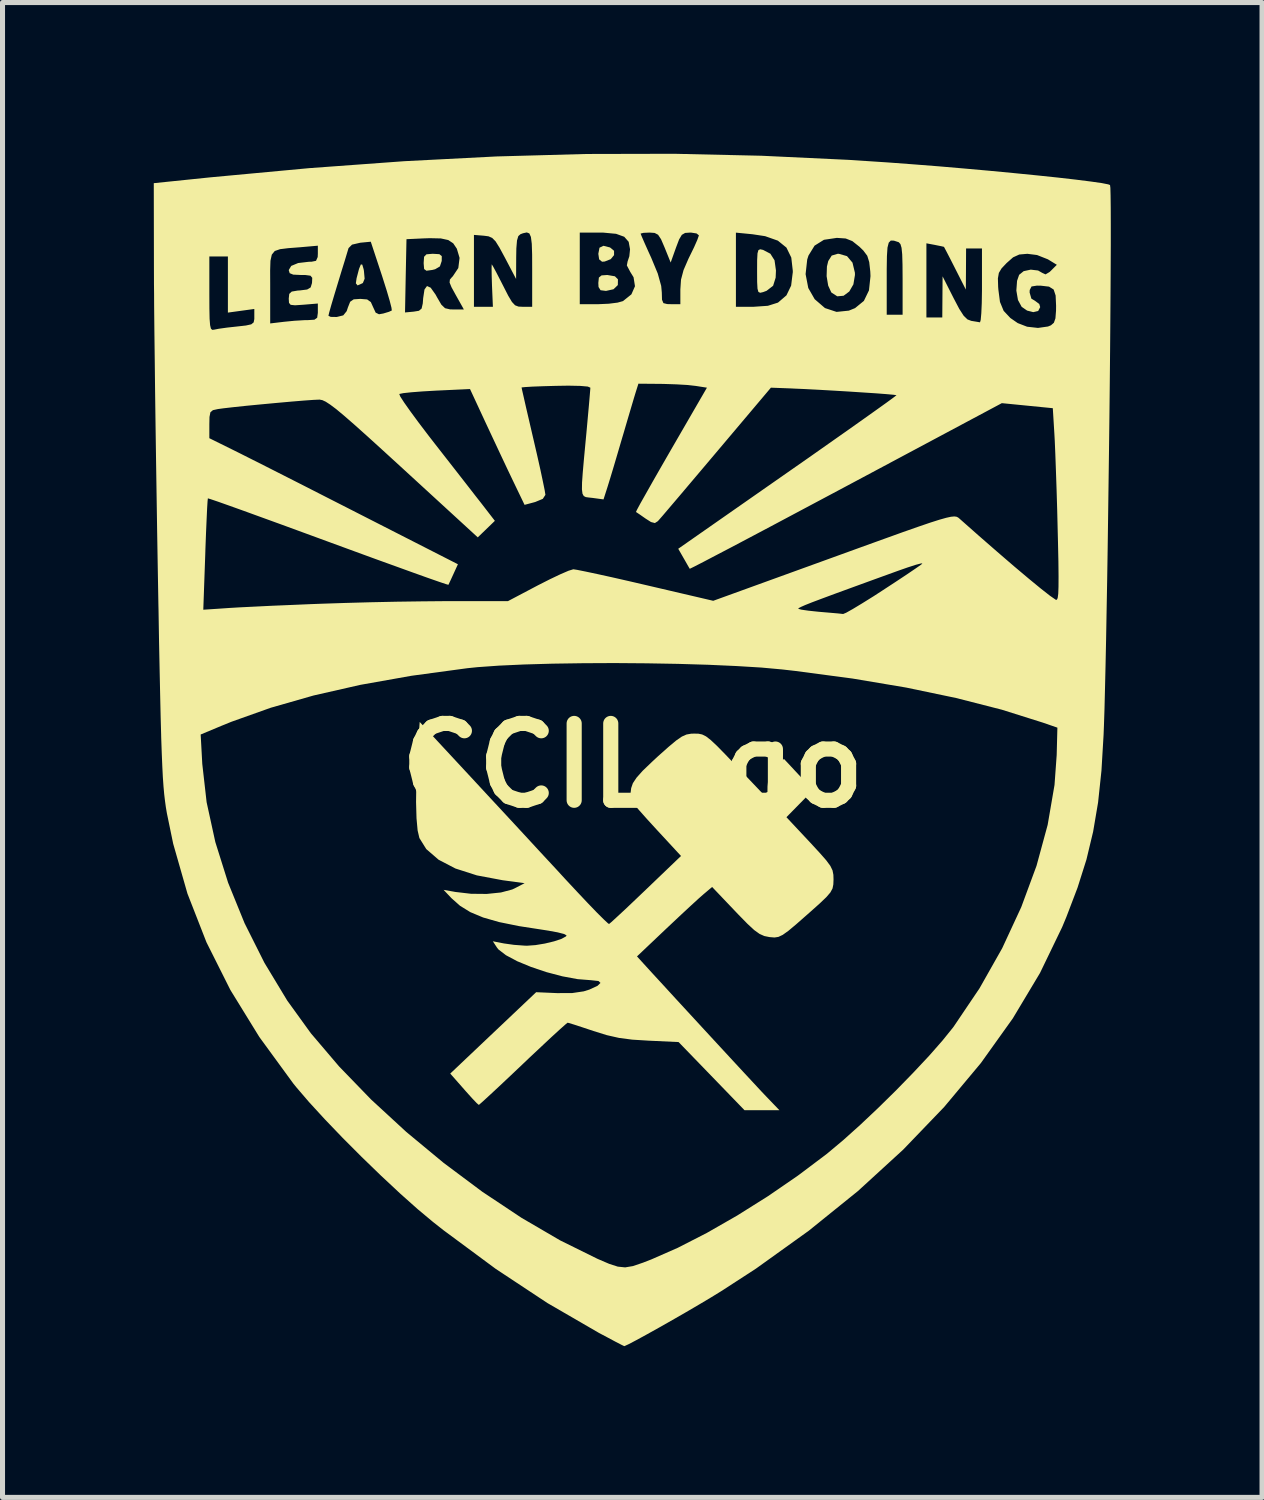
<source format=kicad_pcb>
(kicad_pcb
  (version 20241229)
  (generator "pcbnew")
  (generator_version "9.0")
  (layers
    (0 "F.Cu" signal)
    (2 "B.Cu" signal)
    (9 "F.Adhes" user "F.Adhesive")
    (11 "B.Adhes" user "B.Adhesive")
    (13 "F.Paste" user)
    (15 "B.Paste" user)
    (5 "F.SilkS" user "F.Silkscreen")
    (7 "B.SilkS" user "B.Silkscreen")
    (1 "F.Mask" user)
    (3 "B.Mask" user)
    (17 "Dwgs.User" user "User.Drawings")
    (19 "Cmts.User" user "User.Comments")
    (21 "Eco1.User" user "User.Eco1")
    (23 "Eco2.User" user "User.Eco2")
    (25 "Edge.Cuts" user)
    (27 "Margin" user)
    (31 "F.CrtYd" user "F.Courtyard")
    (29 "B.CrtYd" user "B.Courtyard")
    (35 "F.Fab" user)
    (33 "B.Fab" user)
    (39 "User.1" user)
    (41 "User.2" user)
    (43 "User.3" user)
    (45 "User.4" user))
  (footprint "CCILogo"
    (layer "F.Cu")
    (at 9.499 12.133)
    (property "Reference" "CCILogo" (at 0 0 0) (layer "F.SilkS") (effects (font (size 1.524 1.524) (thickness 0.3))))
    (attr board_only exclude_from_pos_files exclude_from_bom)
    (fp_poly (pts (xy -0.45 -10.275) (xy -0.37 -10.209) (xy -0.37 -10.123) (xy -0.436 -10.043) (xy -0.555 -9.996) (xy -0.608 -9.992) (xy -0.666 -10.039) (xy -0.682 -10.149) (xy -0.659 -10.27) (xy -0.581 -10.308)) (stroke (width 0) (type solid)) (fill yes) (layer "F.SilkS"))
    (fp_poly (pts (xy -5.364 -9.935) (xy -5.337 -9.844) (xy -5.331 -9.811) (xy -5.317 -9.655) (xy -5.351 -9.572) (xy -5.362 -9.564) (xy -5.457 -9.522) (xy -5.491 -9.563) (xy -5.477 -9.663) (xy -5.428 -9.85) (xy -5.392 -9.938)) (stroke (width 0) (type solid)) (fill yes) (layer "F.SilkS"))
    (fp_poly (pts (xy -0.353 -9.703) (xy -0.293 -9.643) (xy -0.295 -9.529) (xy -0.381 -9.446) (xy -0.53 -9.413) (xy -0.531 -9.413) (xy -0.638 -9.427) (xy -0.678 -9.491) (xy -0.682 -9.571) (xy -0.671 -9.678) (xy -0.618 -9.721) (xy -0.504 -9.729)) (stroke (width 0) (type solid)) (fill yes) (layer "F.SilkS"))
    (fp_poly (pts (xy -3.835 -10.142) (xy -3.787 -10.103) (xy -3.788 -10.01) (xy -3.788 -10.007) (xy -3.824 -9.899) (xy -3.919 -9.843) (xy -3.975 -9.829) (xy -4.091 -9.813) (xy -4.137 -9.847) (xy -4.146 -9.956) (xy -4.146 -9.972) (xy -4.138 -10.09) (xy -4.091 -10.139) (xy -3.976 -10.149) (xy -3.959 -10.149)) (stroke (width 0) (type solid)) (fill yes) (layer "F.SilkS"))
    (fp_poly (pts (xy 4.25 -10.103) (xy 4.359 -9.974) (xy 4.407 -9.774) (xy 4.408 -9.729) (xy 4.377 -9.543) (xy 4.295 -9.401) (xy 4.182 -9.317) (xy 4.057 -9.306) (xy 3.941 -9.381) (xy 3.938 -9.385) (xy 3.877 -9.518) (xy 3.846 -9.705) (xy 3.852 -9.897) (xy 3.878 -10.005) (xy 3.947 -10.114) (xy 4.064 -10.149) (xy 4.089 -10.149)) (stroke (width 0) (type solid)) (fill yes) (layer "F.SilkS"))
    (fp_poly (pts (xy 2.584 -10.227) (xy 2.585 -10.227) (xy 2.73 -10.151) (xy 2.813 -10.02) (xy 2.841 -9.819) (xy 2.835 -9.676) (xy 2.785 -9.516) (xy 2.655 -9.415) (xy 2.585 -9.389) (xy 2.528 -9.376) (xy 2.493 -9.393) (xy 2.475 -9.457) (xy 2.468 -9.589) (xy 2.467 -9.806) (xy 2.467 -9.808) (xy 2.468 -10.026) (xy 2.475 -10.158) (xy 2.493 -10.222) (xy 2.528 -10.239)) (stroke (width 0) (type solid)) (fill yes) (layer "F.SilkS"))
    (fp_poly (pts (xy -3.201 0.239) (xy -2.879 0.587) (xy -2.526 0.967) (xy -2.165 1.357) (xy -1.818 1.733) (xy -1.506 2.069) (xy -1.341 2.249) (xy -1.103 2.504) (xy -0.889 2.731) (xy -0.709 2.918) (xy -0.572 3.054) (xy -0.489 3.131) (xy -0.469 3.143) (xy -0.422 3.104) (xy -0.312 3.003) (xy -0.151 2.854) (xy 0.047 2.666) (xy 0.262 2.461) (xy 0.958 1.794) (xy 0.466 1.262) (xy 0.285 1.064) (xy 0.132 0.892) (xy 0.019 0.76) (xy -0.04 0.686) (xy -0.045 0.677) (xy -0.048 0.594) (xy -0.032 0.46) (xy -0.03 0.447) (xy 0.003 0.351) (xy 0.076 0.241) (xy 0.199 0.103) (xy 0.388 -0.078) (xy 0.5 -0.182) (xy 0.71 -0.369) (xy 0.862 -0.496) (xy 0.975 -0.574) (xy 1.067 -0.615) (xy 1.158 -0.631) (xy 1.22 -0.633) (xy 1.304 -0.631) (xy 1.377 -0.616) (xy 1.454 -0.578) (xy 1.548 -0.505) (xy 1.673 -0.388) (xy 1.842 -0.215) (xy 2.058 0.011) (xy 2.673 0.657) (xy 2.675 0.417) (xy 2.691 0.244) (xy 2.75 0.119) (xy 2.838 0.023) (xy 3 -0.131) (xy 3.577 0.488) (xy 3.313 0.756) (xy 3.049 1.025) (xy 3.517 1.525) (xy 3.708 1.732) (xy 3.839 1.881) (xy 3.92 1.991) (xy 3.963 2.08) (xy 3.98 2.167) (xy 3.983 2.261) (xy 3.979 2.359) (xy 3.963 2.439) (xy 3.92 2.518) (xy 3.839 2.612) (xy 3.707 2.738) (xy 3.512 2.912) (xy 3.453 2.964) (xy 3.239 3.152) (xy 3.086 3.28) (xy 2.975 3.359) (xy 2.89 3.399) (xy 2.813 3.411) (xy 2.726 3.404) (xy 2.709 3.402) (xy 2.61 3.382) (xy 2.516 3.34) (xy 2.41 3.264) (xy 2.275 3.139) (xy 2.093 2.953) (xy 2.034 2.891) (xy 1.575 2.409) (xy 1.407 2.551) (xy 1.309 2.637) (xy 1.153 2.78) (xy 0.959 2.96) (xy 0.745 3.161) (xy 0.662 3.239) (xy 0.085 3.786) (xy 0.217 3.931) (xy 0.394 4.125) (xy 0.614 4.364) (xy 0.865 4.638) (xy 1.136 4.932) (xy 1.416 5.236) (xy 1.693 5.536) (xy 1.956 5.821) (xy 2.194 6.078) (xy 2.395 6.294) (xy 2.548 6.459) (xy 2.642 6.558) (xy 2.644 6.56) (xy 2.909 6.836) (xy 2.217 6.836) (xy 0.91 5.485) (xy 0.311 5.457) (xy -0.01 5.437) (xy -0.27 5.403) (xy -0.513 5.348) (xy -0.777 5.266) (xy -0.987 5.196) (xy -1.158 5.14) (xy -1.266 5.107) (xy -1.292 5.101) (xy -1.335 5.136) (xy -1.444 5.233) (xy -1.607 5.382) (xy -1.811 5.573) (xy -2.048 5.795) (xy -2.175 5.916) (xy -2.423 6.151) (xy -2.644 6.359) (xy -2.828 6.53) (xy -2.964 6.655) (xy -3.04 6.722) (xy -3.053 6.731) (xy -3.095 6.695) (xy -3.187 6.598) (xy -3.312 6.459) (xy -3.346 6.42) (xy -3.619 6.11) (xy -1.915 4.496) (xy -1.501 4.514) (xy -1.201 4.513) (xy -0.971 4.479) (xy -0.859 4.444) (xy -0.699 4.37) (xy -0.639 4.312) (xy -0.679 4.274) (xy -0.819 4.259) (xy -0.827 4.258) (xy -1.093 4.237) (xy -1.395 4.181) (xy -1.71 4.098) (xy -2.016 3.995) (xy -2.292 3.881) (xy -2.515 3.762) (xy -2.664 3.647) (xy -2.693 3.61) (xy -2.774 3.486) (xy -2.554 3.529) (xy -2.354 3.557) (xy -2.136 3.573) (xy -2.096 3.574) (xy -1.93 3.562) (xy -1.742 3.531) (xy -1.559 3.487) (xy -1.41 3.437) (xy -1.323 3.389) (xy -1.312 3.369) (xy -1.36 3.342) (xy -1.489 3.309) (xy -1.675 3.275) (xy -1.771 3.26) (xy -2.256 3.185) (xy -2.65 3.105) (xy -2.967 3.014) (xy -3.221 2.908) (xy -3.425 2.782) (xy -3.594 2.632) (xy -3.594 2.632) (xy -3.751 2.466) (xy -3.515 2.508) (xy -3.207 2.544) (xy -2.895 2.547) (xy -2.613 2.518) (xy -2.391 2.459) (xy -2.345 2.438) (xy -2.144 2.334) (xy -2.581 2.275) (xy -3.091 2.179) (xy -3.515 2.043) (xy -3.851 1.868) (xy -4.095 1.657) (xy -4.231 1.438) (xy -4.266 1.288) (xy -4.288 1.046) (xy -4.297 0.725) (xy -4.292 0.336) (xy -4.274 -0.108) (xy -4.258 -0.366) (xy -4.225 -0.864)) (stroke (width 0) (type solid)) (fill yes) (layer "F.SilkS"))
    (fp_poly (pts (xy 2.555 -12.094) (xy 4.289 -12.012) (xy 5.064 -11.961) (xy 5.561 -11.924) (xy 6.072 -11.884) (xy 6.584 -11.84) (xy 7.088 -11.795) (xy 7.571 -11.749) (xy 8.024 -11.704) (xy 8.434 -11.661) (xy 8.791 -11.62) (xy 9.084 -11.583) (xy 9.302 -11.552) (xy 9.433 -11.526) (xy 9.467 -11.513) (xy 9.474 -11.456) (xy 9.478 -11.301) (xy 9.481 -11.058) (xy 9.482 -10.735) (xy 9.482 -10.34) (xy 9.48 -9.882) (xy 9.477 -9.369) (xy 9.473 -8.81) (xy 9.468 -8.212) (xy 9.462 -7.585) (xy 9.455 -6.936) (xy 9.447 -6.274) (xy 9.438 -5.608) (xy 9.429 -4.945) (xy 9.42 -4.295) (xy 9.41 -3.665) (xy 9.399 -3.064) (xy 9.389 -2.5) (xy 9.378 -1.982) (xy 9.367 -1.517) (xy 9.357 -1.116) (xy 9.346 -0.785) (xy 9.339 -0.605) (xy 9.297 0.102) (xy 9.23 0.732) (xy 9.132 1.311) (xy 8.999 1.866) (xy 8.823 2.422) (xy 8.6 3.007) (xy 8.517 3.206) (xy 8.078 4.115) (xy 7.539 5.015) (xy 6.904 5.903) (xy 6.177 6.773) (xy 5.363 7.62) (xy 4.467 8.44) (xy 3.492 9.227) (xy 2.444 9.979) (xy 1.758 10.424) (xy 1.561 10.545) (xy 1.323 10.687) (xy 1.06 10.841) (xy 0.787 10.998) (xy 0.521 11.149) (xy 0.277 11.285) (xy 0.072 11.397) (xy -0.08 11.477) (xy -0.161 11.514) (xy -0.168 11.516) (xy -0.218 11.492) (xy -0.34 11.429) (xy -0.514 11.336) (xy -0.669 11.254) (xy -1.692 10.661) (xy -2.716 9.984) (xy -3.754 9.216) (xy -3.962 9.052) (xy -4.266 8.798) (xy -4.615 8.487) (xy -4.991 8.136) (xy -5.376 7.763) (xy -5.754 7.384) (xy -6.108 7.015) (xy -6.419 6.676) (xy -6.672 6.381) (xy -6.729 6.311) (xy -7.405 5.385) (xy -7.979 4.453) (xy -8.454 3.506) (xy -8.831 2.541) (xy -9.114 1.552) (xy -9.239 0.947) (xy -9.259 0.829) (xy -9.276 0.706) (xy -9.292 0.571) (xy -9.306 0.416) (xy -9.319 0.233) (xy -9.33 0.014) (xy -9.341 -0.249) (xy -9.352 -0.563) (xy -9.353 -0.615) (xy -8.569 -0.615) (xy -8.537 -0.031) (xy -8.451 0.728) (xy -8.278 1.519) (xy -8.025 2.324) (xy -7.698 3.128) (xy -7.305 3.912) (xy -6.852 4.662) (xy -6.383 5.311) (xy -5.823 5.969) (xy -5.187 6.626) (xy -4.49 7.268) (xy -3.749 7.882) (xy -2.983 8.454) (xy -2.207 8.97) (xy -1.44 9.418) (xy -0.699 9.784) (xy -0.692 9.787) (xy -0.466 9.884) (xy -0.296 9.939) (xy -0.15 9.954) (xy 0.005 9.928) (xy 0.202 9.861) (xy 0.367 9.797) (xy 0.893 9.566) (xy 1.469 9.271) (xy 2.073 8.925) (xy 2.684 8.541) (xy 3.279 8.132) (xy 3.839 7.711) (xy 3.883 7.675) (xy 4.18 7.426) (xy 4.513 7.127) (xy 4.866 6.794) (xy 5.222 6.444) (xy 5.564 6.093) (xy 5.878 5.758) (xy 6.144 5.455) (xy 6.349 5.201) (xy 6.365 5.18) (xy 6.879 4.418) (xy 7.328 3.624) (xy 7.706 2.809) (xy 8.009 1.989) (xy 8.23 1.177) (xy 8.366 0.385) (xy 8.409 -0.208) (xy 8.423 -0.751) (xy 8.134 -0.851) (xy 7.321 -1.107) (xy 6.414 -1.339) (xy 5.424 -1.546) (xy 4.36 -1.725) (xy 3.231 -1.875) (xy 2.968 -1.905) (xy 2.551 -1.943) (xy 2.057 -1.973) (xy 1.501 -1.998) (xy 0.9 -2.016) (xy 0.274 -2.027) (xy -0.362 -2.032) (xy -0.99 -2.029) (xy -1.593 -2.02) (xy -2.153 -2.004) (xy -2.653 -1.981) (xy -3.076 -1.951) (xy -3.28 -1.93) (xy -4.387 -1.78) (xy -5.401 -1.6) (xy -6.329 -1.389) (xy -7.178 -1.146) (xy -7.958 -0.868) (xy -8.155 -0.788) (xy -8.569 -0.615) (xy -9.353 -0.615) (xy -9.362 -0.936) (xy -9.372 -1.376) (xy -9.383 -1.89) (xy -9.395 -2.486) (xy -9.405 -3.09) (xy -8.517 -3.09) (xy -8.23 -3.109) (xy 3.283 -3.109) (xy 3.284 -3.108) (xy 3.345 -3.091) (xy 3.484 -3.071) (xy 3.672 -3.051) (xy 3.715 -3.047) (xy 3.915 -3.03) (xy 4.075 -3.016) (xy 4.166 -3.006) (xy 4.173 -3.005) (xy 4.233 -3.03) (xy 4.365 -3.104) (xy 4.552 -3.217) (xy 4.78 -3.359) (xy 4.96 -3.476) (xy 5.208 -3.638) (xy 5.427 -3.783) (xy 5.601 -3.901) (xy 5.713 -3.979) (xy 5.746 -4.005) (xy 5.723 -4.009) (xy 5.618 -3.982) (xy 5.451 -3.928) (xy 5.274 -3.866) (xy 4.766 -3.682) (xy 4.349 -3.53) (xy 4.015 -3.408) (xy 3.754 -3.311) (xy 3.56 -3.238) (xy 3.424 -3.184) (xy 3.338 -3.146) (xy 3.294 -3.123) (xy 3.283 -3.109) (xy -8.23 -3.109) (xy -7.998 -3.125) (xy -7.795 -3.137) (xy -7.509 -3.151) (xy -7.164 -3.168) (xy -6.781 -3.184) (xy -6.383 -3.201) (xy -6.166 -3.209) (xy -5.711 -3.224) (xy -5.203 -3.238) (xy -4.68 -3.249) (xy -4.18 -3.256) (xy -3.74 -3.26) (xy -3.665 -3.26) (xy -2.475 -3.26) (xy -1.876 -3.576) (xy -1.641 -3.695) (xy -1.433 -3.794) (xy -1.273 -3.863) (xy -1.181 -3.891) (xy -1.176 -3.892) (xy -1.099 -3.88) (xy -0.935 -3.847) (xy -0.699 -3.797) (xy -0.404 -3.732) (xy -0.066 -3.655) (xy 0.261 -3.579) (xy 1.597 -3.267) (xy 3.983 -4.132) (xy 4.529 -4.33) (xy 4.986 -4.495) (xy 5.361 -4.63) (xy 5.663 -4.736) (xy 5.9 -4.817) (xy 6.082 -4.875) (xy 6.217 -4.913) (xy 6.313 -4.934) (xy 6.379 -4.94) (xy 6.423 -4.934) (xy 6.454 -4.919) (xy 6.477 -4.9) (xy 6.866 -4.556) (xy 7.232 -4.237) (xy 7.564 -3.951) (xy 7.855 -3.706) (xy 8.096 -3.508) (xy 8.276 -3.367) (xy 8.389 -3.289) (xy 8.391 -3.287) (xy 8.413 -3.288) (xy 8.429 -3.324) (xy 8.44 -3.408) (xy 8.445 -3.548) (xy 8.446 -3.757) (xy 8.443 -4.044) (xy 8.435 -4.42) (xy 8.429 -4.659) (xy 8.419 -5.067) (xy 8.407 -5.47) (xy 8.394 -5.846) (xy 8.382 -6.176) (xy 8.371 -6.437) (xy 8.363 -6.581) (xy 8.332 -7.087) (xy 7.826 -7.137) (xy 7.321 -7.187) (xy 4.231 -5.537) (xy 3.705 -5.257) (xy 3.207 -4.992) (xy 2.745 -4.746) (xy 2.326 -4.524) (xy 1.957 -4.329) (xy 1.647 -4.167) (xy 1.403 -4.039) (xy 1.232 -3.951) (xy 1.143 -3.907) (xy 1.131 -3.902) (xy 1.101 -3.953) (xy 1.039 -4.062) (xy 1.012 -4.109) (xy 0.903 -4.299) (xy 3.074 -5.815) (xy 3.497 -6.11) (xy 3.892 -6.388) (xy 4.252 -6.641) (xy 4.567 -6.864) (xy 4.83 -7.051) (xy 5.034 -7.197) (xy 5.169 -7.296) (xy 5.229 -7.342) (xy 5.231 -7.345) (xy 5.176 -7.353) (xy 5.034 -7.366) (xy 4.825 -7.382) (xy 4.566 -7.399) (xy 4.276 -7.418) (xy 3.974 -7.436) (xy 3.677 -7.453) (xy 3.405 -7.467) (xy 3.175 -7.477) (xy 3.168 -7.478) (xy 2.741 -7.494) (xy 1.653 -6.205) (xy 1.386 -5.889) (xy 1.138 -5.596) (xy 0.919 -5.337) (xy 0.736 -5.122) (xy 0.6 -4.962) (xy 0.517 -4.867) (xy 0.498 -4.846) (xy 0.44 -4.809) (xy 0.363 -4.829) (xy 0.255 -4.898) (xy 0.142 -4.977) (xy 0.072 -5.024) (xy 0.064 -5.028) (xy 0.085 -5.073) (xy 0.152 -5.198) (xy 0.26 -5.389) (xy 0.4 -5.637) (xy 0.566 -5.927) (xy 0.752 -6.25) (xy 0.76 -6.264) (xy 1.472 -7.494) (xy 1.248 -7.529) (xy 1.088 -7.547) (xy 0.865 -7.56) (xy 0.622 -7.568) (xy 0.568 -7.569) (xy 0.113 -7.573) (xy 0.059 -7.402) (xy 0.025 -7.29) (xy -0.031 -7.101) (xy -0.103 -6.858) (xy -0.183 -6.585) (xy -0.21 -6.495) (xy -0.294 -6.209) (xy -0.374 -5.938) (xy -0.443 -5.709) (xy -0.493 -5.547) (xy -0.502 -5.518) (xy -0.579 -5.278) (xy -0.801 -5.308) (xy -0.875 -5.316) (xy -0.931 -5.324) (xy -0.971 -5.345) (xy -0.996 -5.391) (xy -1.007 -5.476) (xy -1.005 -5.611) (xy -0.991 -5.808) (xy -0.967 -6.082) (xy -0.933 -6.443) (xy -0.918 -6.6) (xy -0.892 -6.888) (xy -0.869 -7.141) (xy -0.852 -7.339) (xy -0.842 -7.462) (xy -0.84 -7.494) (xy -0.891 -7.516) (xy -1.038 -7.529) (xy -1.275 -7.534) (xy -1.522 -7.53) (xy -1.776 -7.523) (xy -1.987 -7.515) (xy -2.135 -7.506) (xy -2.202 -7.499) (xy -2.204 -7.497) (xy -2.193 -7.443) (xy -2.161 -7.303) (xy -2.113 -7.091) (xy -2.051 -6.825) (xy -1.98 -6.519) (xy -1.968 -6.468) (xy -1.895 -6.152) (xy -1.831 -5.867) (xy -1.781 -5.631) (xy -1.746 -5.46) (xy -1.732 -5.372) (xy -1.732 -5.368) (xy -1.783 -5.289) (xy -1.935 -5.226) (xy -1.939 -5.225) (xy -2.145 -5.17) (xy -2.375 -5.648) (xy -2.489 -5.887) (xy -2.629 -6.184) (xy -2.777 -6.5) (xy -2.916 -6.797) (xy -3.227 -7.467) (xy -3.91 -7.435) (xy -4.168 -7.42) (xy -4.387 -7.403) (xy -4.547 -7.386) (xy -4.626 -7.37) (xy -4.63 -7.368) (xy -4.61 -7.318) (xy -4.533 -7.199) (xy -4.408 -7.022) (xy -4.243 -6.798) (xy -4.047 -6.54) (xy -3.929 -6.388) (xy -3.701 -6.096) (xy -3.48 -5.813) (xy -3.279 -5.555) (xy -3.112 -5.34) (xy -2.991 -5.186) (xy -2.962 -5.148) (xy -2.734 -4.853) (xy -3.073 -4.525) (xy -4.562 -5.891) (xy -4.948 -6.244) (xy -5.265 -6.532) (xy -5.521 -6.761) (xy -5.723 -6.937) (xy -5.88 -7.068) (xy -6 -7.158) (xy -6.089 -7.216) (xy -6.156 -7.247) (xy -6.209 -7.257) (xy -6.217 -7.257) (xy -6.331 -7.252) (xy -6.526 -7.238) (xy -6.779 -7.217) (xy -7.068 -7.191) (xy -7.369 -7.163) (xy -7.66 -7.135) (xy -7.916 -7.108) (xy -8.116 -7.085) (xy -8.226 -7.07) (xy -8.326 -7.048) (xy -8.376 -7.006) (xy -8.394 -6.913) (xy -8.397 -6.767) (xy -8.397 -6.492) (xy -7.938 -6.265) (xy -7.791 -6.192) (xy -7.563 -6.077) (xy -7.267 -5.928) (xy -6.916 -5.75) (xy -6.522 -5.55) (xy -6.099 -5.334) (xy -5.657 -5.109) (xy -5.473 -5.015) (xy -3.467 -3.992) (xy -3.556 -3.797) (xy -3.614 -3.671) (xy -3.651 -3.593) (xy -3.655 -3.584) (xy -3.705 -3.598) (xy -3.844 -3.645) (xy -4.062 -3.721) (xy -4.35 -3.824) (xy -4.698 -3.95) (xy -5.097 -4.094) (xy -5.537 -4.255) (xy -6.009 -4.428) (xy -6.039 -4.439) (xy -6.513 -4.613) (xy -6.955 -4.775) (xy -7.357 -4.921) (xy -7.709 -5.049) (xy -8.002 -5.154) (xy -8.225 -5.233) (xy -8.37 -5.282) (xy -8.426 -5.299) (xy -8.426 -5.299) (xy -8.432 -5.245) (xy -8.441 -5.101) (xy -8.451 -4.883) (xy -8.463 -4.608) (xy -8.475 -4.29) (xy -8.478 -4.188) (xy -8.517 -3.09) (xy -9.405 -3.09) (xy -9.407 -3.173) (xy -9.42 -3.918) (xy -9.432 -4.629) (xy -9.443 -5.349) (xy -9.454 -6.063) (xy -9.464 -6.759) (xy -9.473 -7.426) (xy -9.48 -8.049) (xy -9.487 -8.618) (xy -9.492 -9.119) (xy -9.493 -9.357) (xy -8.397 -9.357) (xy -8.396 -9.065) (xy -8.392 -8.862) (xy -8.382 -8.734) (xy -8.366 -8.666) (xy -8.34 -8.641) (xy -8.305 -8.644) (xy -8.207 -8.663) (xy -8.042 -8.686) (xy -7.859 -8.706) (xy -7.672 -8.727) (xy -7.566 -8.75) (xy -7.518 -8.789) (xy -7.505 -8.855) (xy -7.505 -8.898) (xy -7.505 -9.055) (xy -7.767 -9.019) (xy -8.029 -8.983) (xy -8.029 -9.82) (xy -7.191 -9.82) (xy -7.19 -9.545) (xy -7.19 -9.484) (xy -7.19 -8.768) (xy -6.914 -8.801) (xy -6.71 -8.821) (xy -6.512 -8.833) (xy -6.442 -8.834) (xy -6.313 -8.842) (xy -6.258 -8.881) (xy -6.253 -8.92) (xy -6.035 -8.92) (xy -5.99 -8.898) (xy -5.879 -8.896) (xy -5.866 -8.897) (xy -5.741 -8.928) (xy -5.731 -8.94) (xy 5.038 -8.94) (xy 5.353 -8.94) (xy 5.353 -9.644) (xy 5.351 -9.935) (xy 5.345 -10.138) (xy 5.332 -10.268) (xy 5.31 -10.342) (xy 5.296 -10.357) (xy 5.825 -10.357) (xy 5.825 -8.887) (xy 6.14 -8.887) (xy 6.143 -9.295) (xy 6.146 -9.702) (xy 6.364 -9.271) (xy 6.477 -9.056) (xy 6.564 -8.921) (xy 6.639 -8.848) (xy 6.715 -8.819) (xy 6.831 -8.8) (xy 6.888 -8.79) (xy 6.902 -8.837) (xy 6.914 -8.97) (xy 6.923 -9.171) (xy 6.927 -9.422) (xy 6.927 -9.518) (xy 6.927 -9.661) (xy 7.243 -9.661) (xy 7.248 -9.494) (xy 7.252 -9.442) (xy 7.284 -9.195) (xy 7.357 -9.018) (xy 7.49 -8.876) (xy 7.636 -8.775) (xy 7.822 -8.703) (xy 8.038 -8.679) (xy 8.236 -8.707) (xy 8.295 -8.731) (xy 8.353 -8.781) (xy 8.384 -8.868) (xy 8.396 -9.02) (xy 8.397 -9.12) (xy 8.388 -9.322) (xy 8.349 -9.44) (xy 8.257 -9.498) (xy 8.094 -9.517) (xy 8.016 -9.518) (xy 7.91 -9.501) (xy 7.874 -9.43) (xy 7.872 -9.382) (xy 7.907 -9.26) (xy 7.977 -9.218) (xy 8.063 -9.154) (xy 8.082 -9.092) (xy 8.042 -9.015) (xy 7.945 -8.992) (xy 7.822 -9.023) (xy 7.714 -9.098) (xy 7.641 -9.233) (xy 7.609 -9.42) (xy 7.623 -9.613) (xy 7.664 -9.732) (xy 7.754 -9.805) (xy 7.895 -9.835) (xy 8.04 -9.818) (xy 8.124 -9.77) (xy 8.188 -9.741) (xy 8.269 -9.789) (xy 8.3 -9.819) (xy 8.412 -9.931) (xy 8.234 -10.04) (xy 8.019 -10.125) (xy 7.827 -10.149) (xy 7.667 -10.135) (xy 7.544 -10.079) (xy 7.415 -9.965) (xy 7.315 -9.859) (xy 7.262 -9.77) (xy 7.243 -9.661) (xy 6.927 -9.661) (xy 6.927 -10.255) (xy 6.612 -10.255) (xy 6.61 -9.847) (xy 6.607 -9.44) (xy 6.394 -9.86) (xy 6.299 -10.047) (xy 6.224 -10.192) (xy 6.18 -10.275) (xy 6.173 -10.287) (xy 6.123 -10.299) (xy 6.009 -10.322) (xy 5.996 -10.325) (xy 5.825 -10.357) (xy 5.296 -10.357) (xy 5.279 -10.377) (xy 5.27 -10.381) (xy 5.181 -10.41) (xy 5.119 -10.412) (xy 5.078 -10.37) (xy 5.053 -10.272) (xy 5.042 -10.104) (xy 5.038 -9.852) (xy 5.038 -9.676) (xy 5.038 -8.94) (xy -5.731 -8.94) (xy -5.673 -9.012) (xy -5.649 -9.085) (xy -5.604 -9.198) (xy -5.534 -9.246) (xy -5.403 -9.255) (xy -5.267 -9.244) (xy -5.194 -9.192) (xy -5.149 -9.092) (xy -5.098 -8.982) (xy -5.032 -8.95) (xy -4.947 -8.965) (xy -4.877 -8.986) (xy -4.516 -8.986) (xy -4.344 -9.002) (xy -4.24 -9.019) (xy -4.187 -9.063) (xy -4.164 -9.164) (xy -4.156 -9.269) (xy -4.13 -9.441) (xy -4.08 -9.51) (xy -4.007 -9.477) (xy -3.911 -9.342) (xy -3.878 -9.282) (xy -3.795 -9.14) (xy -3.722 -9.07) (xy -3.624 -9.047) (xy -3.551 -9.045) (xy -3.349 -9.045) (xy -3.378 -9.098) (xy -3.149 -9.098) (xy -2.773 -9.098) (xy -2.791 -9.519) (xy -2.797 -9.714) (xy -2.799 -9.861) (xy -2.797 -9.935) (xy -2.795 -9.939) (xy -2.768 -9.896) (xy -2.705 -9.779) (xy -2.618 -9.61) (xy -2.571 -9.518) (xy -2.469 -9.318) (xy -2.395 -9.194) (xy -2.333 -9.128) (xy -2.265 -9.102) (xy -2.177 -9.098) (xy -1.994 -9.098) (xy -1.994 -9.15) (xy -1.05 -9.15) (xy -0.679 -9.15) (xy -0.475 -9.159) (xy -0.3 -9.181) (xy -0.193 -9.211) (xy -0.026 -9.345) (xy 0.045 -9.506) (xy 0.017 -9.684) (xy -0.049 -9.791) (xy -0.116 -9.918) (xy -0.102 -9.995) (xy -0.067 -10.1) (xy -0.053 -10.239) (xy -0.08 -10.387) (xy -0.168 -10.487) (xy -0.331 -10.546) (xy -0.367 -10.549) (xy 0.157 -10.549) (xy 0.178 -10.495) (xy 0.233 -10.368) (xy 0.313 -10.189) (xy 0.367 -10.071) (xy 0.497 -9.757) (xy 0.565 -9.512) (xy 0.577 -9.382) (xy 0.581 -9.238) (xy 0.609 -9.171) (xy 0.684 -9.152) (xy 0.761 -9.15) (xy 0.945 -9.15) (xy 0.945 -9.441) (xy 0.958 -9.637) (xy 1.008 -9.826) (xy 1.105 -10.05) (xy 1.128 -10.097) (xy 1.216 -10.277) (xy 1.281 -10.424) (xy 1.311 -10.509) (xy 1.312 -10.516) (xy 1.266 -10.553) (xy 1.163 -10.569) (xy 2.047 -10.569) (xy 2.047 -9.098) (xy 2.393 -9.098) (xy 2.681 -9.118) (xy 2.878 -9.18) (xy 2.887 -9.186) (xy 3.049 -9.325) (xy 3.142 -9.518) (xy 3.17 -9.746) (xy 3.429 -9.746) (xy 3.482 -9.471) (xy 3.609 -9.249) (xy 3.813 -9.073) (xy 4.043 -8.997) (xy 4.287 -9.022) (xy 4.41 -9.072) (xy 4.585 -9.215) (xy 4.686 -9.424) (xy 4.716 -9.706) (xy 4.712 -9.797) (xy 4.691 -9.985) (xy 4.652 -10.11) (xy 4.574 -10.214) (xy 4.497 -10.289) (xy 4.356 -10.401) (xy 4.224 -10.453) (xy 4.049 -10.465) (xy 3.793 -10.427) (xy 3.607 -10.311) (xy 3.486 -10.114) (xy 3.461 -10.036) (xy 3.429 -9.746) (xy 3.17 -9.746) (xy 3.175 -9.783) (xy 3.175 -9.812) (xy 3.145 -10.075) (xy 3.049 -10.272) (xy 2.879 -10.41) (xy 2.626 -10.499) (xy 2.375 -10.537) (xy 2.047 -10.569) (xy 1.163 -10.569) (xy 1.154 -10.57) (xy 1.138 -10.57) (xy 1.039 -10.563) (xy 0.974 -10.525) (xy 0.92 -10.434) (xy 0.859 -10.273) (xy 0.753 -9.976) (xy 0.633 -10.273) (xy 0.562 -10.438) (xy 0.503 -10.527) (xy 0.435 -10.563) (xy 0.335 -10.57) (xy 0.216 -10.565) (xy 0.158 -10.551) (xy 0.157 -10.549) (xy -0.367 -10.549) (xy -0.58 -10.569) (xy -0.668 -10.57) (xy -1.05 -10.57) (xy -1.05 -9.15) (xy -1.994 -9.15) (xy -1.994 -9.834) (xy -1.995 -10.137) (xy -2.002 -10.349) (xy -2.019 -10.483) (xy -2.05 -10.553) (xy -2.101 -10.573) (xy -2.175 -10.557) (xy -2.226 -10.538) (xy -2.269 -10.5) (xy -2.295 -10.413) (xy -2.308 -10.256) (xy -2.311 -10.078) (xy -2.313 -9.65) (xy -2.534 -10.071) (xy -2.642 -10.271) (xy -2.72 -10.396) (xy -2.787 -10.464) (xy -2.86 -10.496) (xy -2.952 -10.508) (xy -3.149 -10.524) (xy -3.149 -9.098) (xy -3.378 -9.098) (xy -3.508 -9.329) (xy -3.594 -9.486) (xy -3.632 -9.579) (xy -3.626 -9.638) (xy -3.582 -9.69) (xy -3.569 -9.702) (xy -3.459 -9.867) (xy -3.434 -10.068) (xy -3.488 -10.25) (xy -3.56 -10.357) (xy -3.658 -10.422) (xy -3.805 -10.454) (xy -4.024 -10.459) (xy -4.147 -10.455) (xy -4.487 -10.439) (xy -4.502 -9.712) (xy -4.516 -8.986) (xy -4.877 -8.986) (xy -4.834 -8.999) (xy -4.778 -9.025) (xy -4.785 -9.081) (xy -4.82 -9.218) (xy -4.878 -9.416) (xy -4.954 -9.656) (xy -4.974 -9.719) (xy -5.195 -10.389) (xy -5.403 -10.369) (xy -5.567 -10.331) (xy -5.636 -10.262) (xy -5.661 -10.18) (xy -5.709 -10.02) (xy -5.775 -9.807) (xy -5.848 -9.567) (xy -5.92 -9.329) (xy -5.98 -9.127) (xy -6.02 -8.984) (xy -6.035 -8.92) (xy -6.035 -8.92) (xy -6.253 -8.92) (xy -6.245 -8.977) (xy -6.245 -8.999) (xy -6.245 -9.163) (xy -6.534 -9.139) (xy -6.698 -9.128) (xy -6.784 -9.137) (xy -6.817 -9.176) (xy -6.822 -9.257) (xy -6.822 -9.261) (xy -6.812 -9.354) (xy -6.763 -9.4) (xy -6.646 -9.42) (xy -6.599 -9.423) (xy -6.457 -9.441) (xy -6.388 -9.482) (xy -6.362 -9.566) (xy -6.36 -9.584) (xy -6.356 -9.673) (xy -6.391 -9.715) (xy -6.489 -9.728) (xy -6.583 -9.729) (xy -6.733 -9.736) (xy -6.804 -9.765) (xy -6.822 -9.826) (xy -6.822 -9.827) (xy -6.773 -9.909) (xy -6.636 -9.966) (xy -6.424 -9.991) (xy -6.37 -9.992) (xy -6.281 -10.01) (xy -6.248 -10.085) (xy -6.245 -10.151) (xy -6.245 -10.31) (xy -6.599 -10.279) (xy -6.832 -10.261) (xy -6.994 -10.241) (xy -7.099 -10.205) (xy -7.158 -10.133) (xy -7.185 -10.011) (xy -7.191 -9.82) (xy -8.029 -9.82) (xy -8.029 -10.097) (xy -8.397 -10.097) (xy -8.397 -9.357) (xy -9.493 -9.357) (xy -9.495 -9.54) (xy -9.496 -9.864) (xy -9.499 -11.55) (xy -8.384 -11.665) (xy -6.417 -11.848) (xy -4.529 -11.986) (xy -2.703 -12.08) (xy -0.925 -12.129) (xy 0.823 -12.133)) (stroke (width 0) (type solid)) (fill yes) (layer "F.SilkS")))
  (gr_rect
    (start -3 -3)
    (end 21.981 26.649)
    (stroke (width 0.1) (type default))
    (fill no)
    (layer "Edge.Cuts")))
</source>
